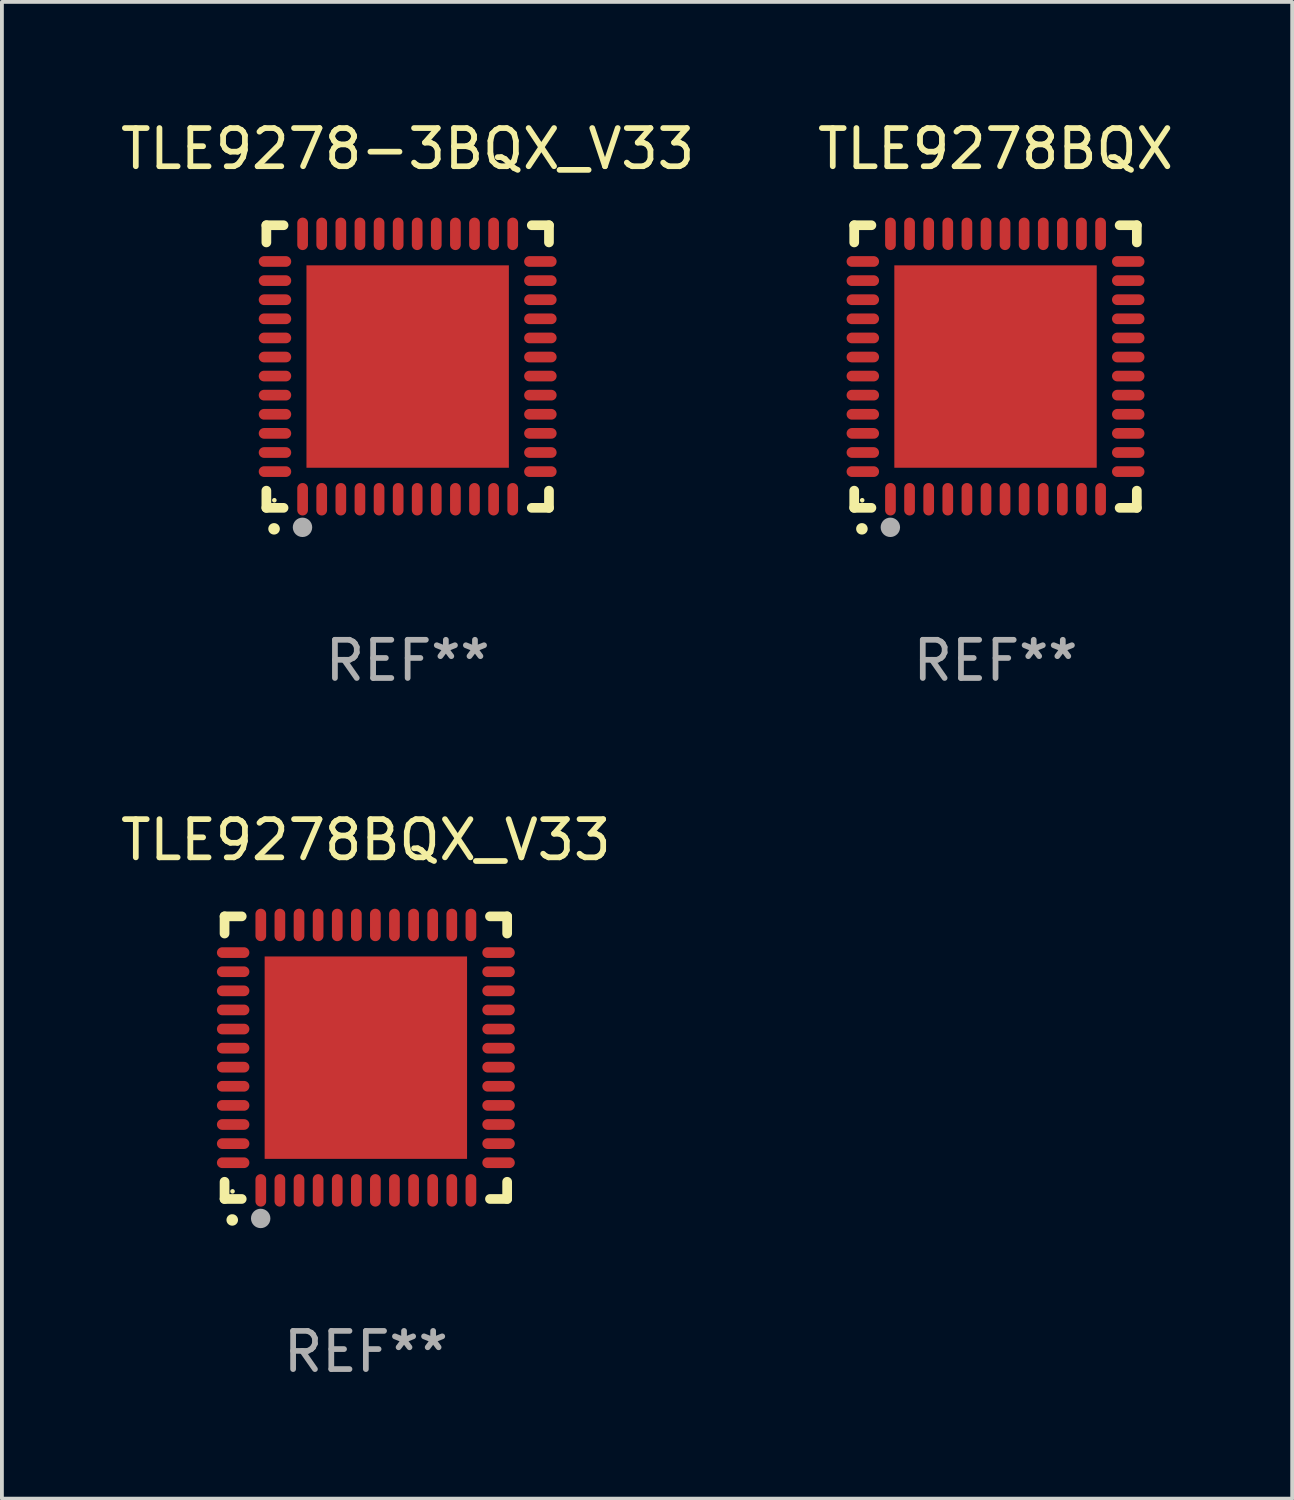
<source format=kicad_pcb>
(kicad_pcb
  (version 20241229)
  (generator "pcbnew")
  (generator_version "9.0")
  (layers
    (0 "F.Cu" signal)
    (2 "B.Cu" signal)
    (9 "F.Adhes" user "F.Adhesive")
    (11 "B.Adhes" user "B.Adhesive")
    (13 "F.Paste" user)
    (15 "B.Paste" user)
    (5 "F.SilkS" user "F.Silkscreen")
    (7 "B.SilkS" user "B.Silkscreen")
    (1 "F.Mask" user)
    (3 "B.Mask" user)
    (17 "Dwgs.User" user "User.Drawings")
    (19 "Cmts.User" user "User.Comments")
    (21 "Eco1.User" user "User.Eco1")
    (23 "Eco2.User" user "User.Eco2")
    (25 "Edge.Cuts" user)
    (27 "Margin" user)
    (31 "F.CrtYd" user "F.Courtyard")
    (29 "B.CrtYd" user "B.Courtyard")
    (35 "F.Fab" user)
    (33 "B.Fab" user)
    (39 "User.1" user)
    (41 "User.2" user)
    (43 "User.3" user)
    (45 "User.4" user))
  (footprint "TLE9278-3BQX_V33"
    (layer "F.Cu")
    (at 7.625 6.548)
    (property "Reference" "TLE9278-3BQX_V33" (at 0 -5.7 0) (layer "F.SilkS") (effects (font (size 1 1) (thickness 0.15))))
    (attr through_hole)
    (fp_line (start -3.7 -3.7) (end -3.25 -3.7) (stroke (width 0.254) (type solid)) (layer "F.SilkS"))
    (fp_line (start -3.7 -3.25) (end -3.7 -3.7) (stroke (width 0.254) (type solid)) (layer "F.SilkS"))
    (fp_line (start -3.7 3.7) (end -3.7 3.25) (stroke (width 0.254) (type solid)) (layer "F.SilkS"))
    (fp_line (start -3.25 3.7) (end -3.7 3.7) (stroke (width 0.254) (type solid)) (layer "F.SilkS"))
    (fp_line (start 3.25 3.7) (end 3.7 3.7) (stroke (width 0.254) (type solid)) (layer "F.SilkS"))
    (fp_line (start 3.7 -3.7) (end 3.25 -3.7) (stroke (width 0.254) (type solid)) (layer "F.SilkS"))
    (fp_line (start 3.7 -3.25) (end 3.7 -3.7) (stroke (width 0.254) (type solid)) (layer "F.SilkS"))
    (fp_line (start 3.7 3.7) (end 3.7 3.25) (stroke (width 0.254) (type solid)) (layer "F.SilkS"))
    (fp_arc (start -3.500127 4.249428) (mid -3.498857 4.249423) (end -3.497587 4.249428) (stroke (width 0.3) (type solid)) (layer "F.SilkS"))
    (fp_circle (center -3.491 3.501) (end -3.461 3.501) (stroke (width 0.06) (type solid)) (fill no) (layer "F.SilkS"))
    (fp_circle (center -2.754 4.21) (end -2.627 4.21) (stroke (width 0.254) (type solid)) (fill no) (layer "F.Fab"))
    (fp_text user "REF**" (at 0 7.7 0) (layer "F.Fab") (effects (font (size 1 1) (thickness 0.15))))
    (pad "1" smd oval (at -2.751 3.475) (size 0.28 0.85) (layers "F.Cu" "F.Mask" "F.Paste"))
    (pad "2" smd oval (at -2.251 3.475) (size 0.28 0.85) (layers "F.Cu" "F.Mask" "F.Paste"))
    (pad "3" smd oval (at -1.75 3.475) (size 0.28 0.85) (layers "F.Cu" "F.Mask" "F.Paste"))
    (pad "4" smd oval (at -1.25 3.475) (size 0.28 0.85) (layers "F.Cu" "F.Mask" "F.Paste"))
    (pad "5" smd oval (at -0.749 3.475) (size 0.28 0.85) (layers "F.Cu" "F.Mask" "F.Paste"))
    (pad "6" smd oval (at -0.249 3.475) (size 0.28 0.85) (layers "F.Cu" "F.Mask" "F.Paste"))
    (pad "7" smd oval (at 0.249 3.475) (size 0.28 0.85) (layers "F.Cu" "F.Mask" "F.Paste"))
    (pad "8" smd oval (at 0.749 3.475) (size 0.28 0.85) (layers "F.Cu" "F.Mask" "F.Paste"))
    (pad "9" smd oval (at 1.25 3.475) (size 0.28 0.85) (layers "F.Cu" "F.Mask" "F.Paste"))
    (pad "10" smd oval (at 1.75 3.475) (size 0.28 0.85) (layers "F.Cu" "F.Mask" "F.Paste"))
    (pad "11" smd oval (at 2.25 3.475) (size 0.28 0.85) (layers "F.Cu" "F.Mask" "F.Paste"))
    (pad "12" smd oval (at 2.751 3.475) (size 0.28 0.85) (layers "F.Cu" "F.Mask" "F.Paste"))
    (pad "13" smd oval (at 3.475 2.751) (size 0.85 0.28) (layers "F.Cu" "F.Mask" "F.Paste"))
    (pad "14" smd oval (at 3.475 2.251) (size 0.85 0.28) (layers "F.Cu" "F.Mask" "F.Paste"))
    (pad "15" smd oval (at 3.475 1.75) (size 0.85 0.28) (layers "F.Cu" "F.Mask" "F.Paste"))
    (pad "16" smd oval (at 3.475 1.25) (size 0.85 0.28) (layers "F.Cu" "F.Mask" "F.Paste"))
    (pad "17" smd oval (at 3.475 0.749) (size 0.85 0.28) (layers "F.Cu" "F.Mask" "F.Paste"))
    (pad "18" smd oval (at 3.475 0.249) (size 0.85 0.28) (layers "F.Cu" "F.Mask" "F.Paste"))
    (pad "19" smd oval (at 3.475 -0.249) (size 0.85 0.28) (layers "F.Cu" "F.Mask" "F.Paste"))
    (pad "20" smd oval (at 3.475 -0.749) (size 0.85 0.28) (layers "F.Cu" "F.Mask" "F.Paste"))
    (pad "21" smd oval (at 3.475 -1.25) (size 0.85 0.28) (layers "F.Cu" "F.Mask" "F.Paste"))
    (pad "22" smd oval (at 3.475 -1.75) (size 0.85 0.28) (layers "F.Cu" "F.Mask" "F.Paste"))
    (pad "23" smd oval (at 3.475 -2.25) (size 0.85 0.28) (layers "F.Cu" "F.Mask" "F.Paste"))
    (pad "24" smd oval (at 3.475 -2.751) (size 0.85 0.28) (layers "F.Cu" "F.Mask" "F.Paste"))
    (pad "25" smd oval (at 2.751 -3.475) (size 0.28 0.85) (layers "F.Cu" "F.Mask" "F.Paste"))
    (pad "26" smd oval (at 2.25 -3.475) (size 0.28 0.85) (layers "F.Cu" "F.Mask" "F.Paste"))
    (pad "27" smd oval (at 1.75 -3.475) (size 0.28 0.85) (layers "F.Cu" "F.Mask" "F.Paste"))
    (pad "28" smd oval (at 1.25 -3.475) (size 0.28 0.85) (layers "F.Cu" "F.Mask" "F.Paste"))
    (pad "29" smd oval (at 0.749 -3.475) (size 0.28 0.85) (layers "F.Cu" "F.Mask" "F.Paste"))
    (pad "30" smd oval (at 0.249 -3.475) (size 0.28 0.85) (layers "F.Cu" "F.Mask" "F.Paste"))
    (pad "31" smd oval (at -0.249 -3.475) (size 0.28 0.85) (layers "F.Cu" "F.Mask" "F.Paste"))
    (pad "32" smd oval (at -0.749 -3.475) (size 0.28 0.85) (layers "F.Cu" "F.Mask" "F.Paste"))
    (pad "33" smd oval (at -1.25 -3.475) (size 0.28 0.85) (layers "F.Cu" "F.Mask" "F.Paste"))
    (pad "34" smd oval (at -1.75 -3.475) (size 0.28 0.85) (layers "F.Cu" "F.Mask" "F.Paste"))
    (pad "35" smd oval (at -2.251 -3.475) (size 0.28 0.85) (layers "F.Cu" "F.Mask" "F.Paste"))
    (pad "36" smd oval (at -2.751 -3.475) (size 0.28 0.85) (layers "F.Cu" "F.Mask" "F.Paste"))
    (pad "37" smd oval (at -3.475 -2.751) (size 0.85 0.28) (layers "F.Cu" "F.Mask" "F.Paste"))
    (pad "38" smd oval (at -3.475 -2.25) (size 0.85 0.28) (layers "F.Cu" "F.Mask" "F.Paste"))
    (pad "39" smd oval (at -3.475 -1.75) (size 0.85 0.28) (layers "F.Cu" "F.Mask" "F.Paste"))
    (pad "40" smd oval (at -3.475 -1.25) (size 0.85 0.28) (layers "F.Cu" "F.Mask" "F.Paste"))
    (pad "41" smd oval (at -3.475 -0.749) (size 0.85 0.28) (layers "F.Cu" "F.Mask" "F.Paste"))
    (pad "42" smd oval (at -3.475 -0.249) (size 0.85 0.28) (layers "F.Cu" "F.Mask" "F.Paste"))
    (pad "43" smd oval (at -3.475 0.249) (size 0.85 0.28) (layers "F.Cu" "F.Mask" "F.Paste"))
    (pad "44" smd oval (at -3.475 0.749) (size 0.85 0.28) (layers "F.Cu" "F.Mask" "F.Paste"))
    (pad "45" smd oval (at -3.475 1.25) (size 0.85 0.28) (layers "F.Cu" "F.Mask" "F.Paste"))
    (pad "46" smd oval (at -3.475 1.75) (size 0.85 0.28) (layers "F.Cu" "F.Mask" "F.Paste"))
    (pad "47" smd oval (at -3.475 2.251) (size 0.85 0.28) (layers "F.Cu" "F.Mask" "F.Paste"))
    (pad "48" smd oval (at -3.475 2.751) (size 0.85 0.28) (layers "F.Cu" "F.Mask" "F.Paste"))
    (pad "49" smd rect (at -0.000102 0.000102) (size 5.3 5.3) (layers "F.Cu" "F.Mask" "F.Paste")))
  (footprint "TLE9278BQX"
    (layer "F.Cu")
    (at 23.018 6.548)
    (property "Reference" "TLE9278BQX" (at 0 -5.7 0) (layer "F.SilkS") (effects (font (size 1 1) (thickness 0.15))))
    (attr through_hole)
    (fp_line (start -3.7 -3.7) (end -3.25 -3.7) (stroke (width 0.254) (type solid)) (layer "F.SilkS"))
    (fp_line (start -3.7 -3.25) (end -3.7 -3.7) (stroke (width 0.254) (type solid)) (layer "F.SilkS"))
    (fp_line (start -3.7 3.7) (end -3.7 3.25) (stroke (width 0.254) (type solid)) (layer "F.SilkS"))
    (fp_line (start -3.25 3.7) (end -3.7 3.7) (stroke (width 0.254) (type solid)) (layer "F.SilkS"))
    (fp_line (start 3.25 3.7) (end 3.7 3.7) (stroke (width 0.254) (type solid)) (layer "F.SilkS"))
    (fp_line (start 3.7 -3.7) (end 3.25 -3.7) (stroke (width 0.254) (type solid)) (layer "F.SilkS"))
    (fp_line (start 3.7 -3.25) (end 3.7 -3.7) (stroke (width 0.254) (type solid)) (layer "F.SilkS"))
    (fp_line (start 3.7 3.7) (end 3.7 3.25) (stroke (width 0.254) (type solid)) (layer "F.SilkS"))
    (fp_arc (start -3.500127 4.249428) (mid -3.498857 4.249423) (end -3.497587 4.249428) (stroke (width 0.3) (type solid)) (layer "F.SilkS"))
    (fp_circle (center -3.491 3.501) (end -3.461 3.501) (stroke (width 0.06) (type solid)) (fill no) (layer "F.SilkS"))
    (fp_circle (center -2.754 4.21) (end -2.627 4.21) (stroke (width 0.254) (type solid)) (fill no) (layer "F.Fab"))
    (fp_text user "REF**" (at 0 7.7 0) (layer "F.Fab") (effects (font (size 1 1) (thickness 0.15))))
    (pad "1" smd oval (at -2.751 3.475) (size 0.28 0.85) (layers "F.Cu" "F.Mask" "F.Paste"))
    (pad "2" smd oval (at -2.251 3.475) (size 0.28 0.85) (layers "F.Cu" "F.Mask" "F.Paste"))
    (pad "3" smd oval (at -1.75 3.475) (size 0.28 0.85) (layers "F.Cu" "F.Mask" "F.Paste"))
    (pad "4" smd oval (at -1.25 3.475) (size 0.28 0.85) (layers "F.Cu" "F.Mask" "F.Paste"))
    (pad "5" smd oval (at -0.749 3.475) (size 0.28 0.85) (layers "F.Cu" "F.Mask" "F.Paste"))
    (pad "6" smd oval (at -0.249 3.475) (size 0.28 0.85) (layers "F.Cu" "F.Mask" "F.Paste"))
    (pad "7" smd oval (at 0.249 3.475) (size 0.28 0.85) (layers "F.Cu" "F.Mask" "F.Paste"))
    (pad "8" smd oval (at 0.749 3.475) (size 0.28 0.85) (layers "F.Cu" "F.Mask" "F.Paste"))
    (pad "9" smd oval (at 1.25 3.475) (size 0.28 0.85) (layers "F.Cu" "F.Mask" "F.Paste"))
    (pad "10" smd oval (at 1.75 3.475) (size 0.28 0.85) (layers "F.Cu" "F.Mask" "F.Paste"))
    (pad "11" smd oval (at 2.25 3.475) (size 0.28 0.85) (layers "F.Cu" "F.Mask" "F.Paste"))
    (pad "12" smd oval (at 2.751 3.475) (size 0.28 0.85) (layers "F.Cu" "F.Mask" "F.Paste"))
    (pad "13" smd oval (at 3.475 2.751) (size 0.85 0.28) (layers "F.Cu" "F.Mask" "F.Paste"))
    (pad "14" smd oval (at 3.475 2.251) (size 0.85 0.28) (layers "F.Cu" "F.Mask" "F.Paste"))
    (pad "15" smd oval (at 3.475 1.75) (size 0.85 0.28) (layers "F.Cu" "F.Mask" "F.Paste"))
    (pad "16" smd oval (at 3.475 1.25) (size 0.85 0.28) (layers "F.Cu" "F.Mask" "F.Paste"))
    (pad "17" smd oval (at 3.475 0.749) (size 0.85 0.28) (layers "F.Cu" "F.Mask" "F.Paste"))
    (pad "18" smd oval (at 3.475 0.249) (size 0.85 0.28) (layers "F.Cu" "F.Mask" "F.Paste"))
    (pad "19" smd oval (at 3.475 -0.249) (size 0.85 0.28) (layers "F.Cu" "F.Mask" "F.Paste"))
    (pad "20" smd oval (at 3.475 -0.749) (size 0.85 0.28) (layers "F.Cu" "F.Mask" "F.Paste"))
    (pad "21" smd oval (at 3.475 -1.25) (size 0.85 0.28) (layers "F.Cu" "F.Mask" "F.Paste"))
    (pad "22" smd oval (at 3.475 -1.75) (size 0.85 0.28) (layers "F.Cu" "F.Mask" "F.Paste"))
    (pad "23" smd oval (at 3.475 -2.25) (size 0.85 0.28) (layers "F.Cu" "F.Mask" "F.Paste"))
    (pad "24" smd oval (at 3.475 -2.751) (size 0.85 0.28) (layers "F.Cu" "F.Mask" "F.Paste"))
    (pad "25" smd oval (at 2.751 -3.475) (size 0.28 0.85) (layers "F.Cu" "F.Mask" "F.Paste"))
    (pad "26" smd oval (at 2.25 -3.475) (size 0.28 0.85) (layers "F.Cu" "F.Mask" "F.Paste"))
    (pad "27" smd oval (at 1.75 -3.475) (size 0.28 0.85) (layers "F.Cu" "F.Mask" "F.Paste"))
    (pad "28" smd oval (at 1.25 -3.475) (size 0.28 0.85) (layers "F.Cu" "F.Mask" "F.Paste"))
    (pad "29" smd oval (at 0.749 -3.475) (size 0.28 0.85) (layers "F.Cu" "F.Mask" "F.Paste"))
    (pad "30" smd oval (at 0.249 -3.475) (size 0.28 0.85) (layers "F.Cu" "F.Mask" "F.Paste"))
    (pad "31" smd oval (at -0.249 -3.475) (size 0.28 0.85) (layers "F.Cu" "F.Mask" "F.Paste"))
    (pad "32" smd oval (at -0.749 -3.475) (size 0.28 0.85) (layers "F.Cu" "F.Mask" "F.Paste"))
    (pad "33" smd oval (at -1.25 -3.475) (size 0.28 0.85) (layers "F.Cu" "F.Mask" "F.Paste"))
    (pad "34" smd oval (at -1.75 -3.475) (size 0.28 0.85) (layers "F.Cu" "F.Mask" "F.Paste"))
    (pad "35" smd oval (at -2.251 -3.475) (size 0.28 0.85) (layers "F.Cu" "F.Mask" "F.Paste"))
    (pad "36" smd oval (at -2.751 -3.475) (size 0.28 0.85) (layers "F.Cu" "F.Mask" "F.Paste"))
    (pad "37" smd oval (at -3.475 -2.751) (size 0.85 0.28) (layers "F.Cu" "F.Mask" "F.Paste"))
    (pad "38" smd oval (at -3.475 -2.25) (size 0.85 0.28) (layers "F.Cu" "F.Mask" "F.Paste"))
    (pad "39" smd oval (at -3.475 -1.75) (size 0.85 0.28) (layers "F.Cu" "F.Mask" "F.Paste"))
    (pad "40" smd oval (at -3.475 -1.25) (size 0.85 0.28) (layers "F.Cu" "F.Mask" "F.Paste"))
    (pad "41" smd oval (at -3.475 -0.749) (size 0.85 0.28) (layers "F.Cu" "F.Mask" "F.Paste"))
    (pad "42" smd oval (at -3.475 -0.249) (size 0.85 0.28) (layers "F.Cu" "F.Mask" "F.Paste"))
    (pad "43" smd oval (at -3.475 0.249) (size 0.85 0.28) (layers "F.Cu" "F.Mask" "F.Paste"))
    (pad "44" smd oval (at -3.475 0.749) (size 0.85 0.28) (layers "F.Cu" "F.Mask" "F.Paste"))
    (pad "45" smd oval (at -3.475 1.25) (size 0.85 0.28) (layers "F.Cu" "F.Mask" "F.Paste"))
    (pad "46" smd oval (at -3.475 1.75) (size 0.85 0.28) (layers "F.Cu" "F.Mask" "F.Paste"))
    (pad "47" smd oval (at -3.475 2.251) (size 0.85 0.28) (layers "F.Cu" "F.Mask" "F.Paste"))
    (pad "48" smd oval (at -3.475 2.751) (size 0.85 0.28) (layers "F.Cu" "F.Mask" "F.Paste"))
    (pad "49" smd rect (at -0.000102 0.000102) (size 5.3 5.3) (layers "F.Cu" "F.Mask" "F.Paste")))
  (footprint "TLE9278BQX_V33"
    (layer "F.Cu")
    (at 6.53 24.645)
    (property "Reference" "TLE9278BQX_V33" (at 0 -5.7 0) (layer "F.SilkS") (effects (font (size 1 1) (thickness 0.15))))
    (attr through_hole)
    (fp_line (start -3.7 -3.7) (end -3.25 -3.7) (stroke (width 0.254) (type solid)) (layer "F.SilkS"))
    (fp_line (start -3.7 -3.25) (end -3.7 -3.7) (stroke (width 0.254) (type solid)) (layer "F.SilkS"))
    (fp_line (start -3.7 3.7) (end -3.7 3.25) (stroke (width 0.254) (type solid)) (layer "F.SilkS"))
    (fp_line (start -3.25 3.7) (end -3.7 3.7) (stroke (width 0.254) (type solid)) (layer "F.SilkS"))
    (fp_line (start 3.25 3.7) (end 3.7 3.7) (stroke (width 0.254) (type solid)) (layer "F.SilkS"))
    (fp_line (start 3.7 -3.7) (end 3.25 -3.7) (stroke (width 0.254) (type solid)) (layer "F.SilkS"))
    (fp_line (start 3.7 -3.25) (end 3.7 -3.7) (stroke (width 0.254) (type solid)) (layer "F.SilkS"))
    (fp_line (start 3.7 3.7) (end 3.7 3.25) (stroke (width 0.254) (type solid)) (layer "F.SilkS"))
    (fp_arc (start -3.500127 4.249428) (mid -3.498857 4.249423) (end -3.497587 4.249428) (stroke (width 0.3) (type solid)) (layer "F.SilkS"))
    (fp_circle (center -3.491 3.501) (end -3.461 3.501) (stroke (width 0.06) (type solid)) (fill no) (layer "F.SilkS"))
    (fp_circle (center -2.754 4.21) (end -2.627 4.21) (stroke (width 0.254) (type solid)) (fill no) (layer "F.Fab"))
    (fp_text user "REF**" (at 0 7.7 0) (layer "F.Fab") (effects (font (size 1 1) (thickness 0.15))))
    (pad "1" smd oval (at -2.751 3.475) (size 0.28 0.85) (layers "F.Cu" "F.Mask" "F.Paste"))
    (pad "2" smd oval (at -2.251 3.475) (size 0.28 0.85) (layers "F.Cu" "F.Mask" "F.Paste"))
    (pad "3" smd oval (at -1.75 3.475) (size 0.28 0.85) (layers "F.Cu" "F.Mask" "F.Paste"))
    (pad "4" smd oval (at -1.25 3.475) (size 0.28 0.85) (layers "F.Cu" "F.Mask" "F.Paste"))
    (pad "5" smd oval (at -0.749 3.475) (size 0.28 0.85) (layers "F.Cu" "F.Mask" "F.Paste"))
    (pad "6" smd oval (at -0.249 3.475) (size 0.28 0.85) (layers "F.Cu" "F.Mask" "F.Paste"))
    (pad "7" smd oval (at 0.249 3.475) (size 0.28 0.85) (layers "F.Cu" "F.Mask" "F.Paste"))
    (pad "8" smd oval (at 0.749 3.475) (size 0.28 0.85) (layers "F.Cu" "F.Mask" "F.Paste"))
    (pad "9" smd oval (at 1.25 3.475) (size 0.28 0.85) (layers "F.Cu" "F.Mask" "F.Paste"))
    (pad "10" smd oval (at 1.75 3.475) (size 0.28 0.85) (layers "F.Cu" "F.Mask" "F.Paste"))
    (pad "11" smd oval (at 2.25 3.475) (size 0.28 0.85) (layers "F.Cu" "F.Mask" "F.Paste"))
    (pad "12" smd oval (at 2.751 3.475) (size 0.28 0.85) (layers "F.Cu" "F.Mask" "F.Paste"))
    (pad "13" smd oval (at 3.475 2.751) (size 0.85 0.28) (layers "F.Cu" "F.Mask" "F.Paste"))
    (pad "14" smd oval (at 3.475 2.251) (size 0.85 0.28) (layers "F.Cu" "F.Mask" "F.Paste"))
    (pad "15" smd oval (at 3.475 1.75) (size 0.85 0.28) (layers "F.Cu" "F.Mask" "F.Paste"))
    (pad "16" smd oval (at 3.475 1.25) (size 0.85 0.28) (layers "F.Cu" "F.Mask" "F.Paste"))
    (pad "17" smd oval (at 3.475 0.749) (size 0.85 0.28) (layers "F.Cu" "F.Mask" "F.Paste"))
    (pad "18" smd oval (at 3.475 0.249) (size 0.85 0.28) (layers "F.Cu" "F.Mask" "F.Paste"))
    (pad "19" smd oval (at 3.475 -0.249) (size 0.85 0.28) (layers "F.Cu" "F.Mask" "F.Paste"))
    (pad "20" smd oval (at 3.475 -0.749) (size 0.85 0.28) (layers "F.Cu" "F.Mask" "F.Paste"))
    (pad "21" smd oval (at 3.475 -1.25) (size 0.85 0.28) (layers "F.Cu" "F.Mask" "F.Paste"))
    (pad "22" smd oval (at 3.475 -1.75) (size 0.85 0.28) (layers "F.Cu" "F.Mask" "F.Paste"))
    (pad "23" smd oval (at 3.475 -2.25) (size 0.85 0.28) (layers "F.Cu" "F.Mask" "F.Paste"))
    (pad "24" smd oval (at 3.475 -2.751) (size 0.85 0.28) (layers "F.Cu" "F.Mask" "F.Paste"))
    (pad "25" smd oval (at 2.751 -3.475) (size 0.28 0.85) (layers "F.Cu" "F.Mask" "F.Paste"))
    (pad "26" smd oval (at 2.25 -3.475) (size 0.28 0.85) (layers "F.Cu" "F.Mask" "F.Paste"))
    (pad "27" smd oval (at 1.75 -3.475) (size 0.28 0.85) (layers "F.Cu" "F.Mask" "F.Paste"))
    (pad "28" smd oval (at 1.25 -3.475) (size 0.28 0.85) (layers "F.Cu" "F.Mask" "F.Paste"))
    (pad "29" smd oval (at 0.749 -3.475) (size 0.28 0.85) (layers "F.Cu" "F.Mask" "F.Paste"))
    (pad "30" smd oval (at 0.249 -3.475) (size 0.28 0.85) (layers "F.Cu" "F.Mask" "F.Paste"))
    (pad "31" smd oval (at -0.249 -3.475) (size 0.28 0.85) (layers "F.Cu" "F.Mask" "F.Paste"))
    (pad "32" smd oval (at -0.749 -3.475) (size 0.28 0.85) (layers "F.Cu" "F.Mask" "F.Paste"))
    (pad "33" smd oval (at -1.25 -3.475) (size 0.28 0.85) (layers "F.Cu" "F.Mask" "F.Paste"))
    (pad "34" smd oval (at -1.75 -3.475) (size 0.28 0.85) (layers "F.Cu" "F.Mask" "F.Paste"))
    (pad "35" smd oval (at -2.251 -3.475) (size 0.28 0.85) (layers "F.Cu" "F.Mask" "F.Paste"))
    (pad "36" smd oval (at -2.751 -3.475) (size 0.28 0.85) (layers "F.Cu" "F.Mask" "F.Paste"))
    (pad "37" smd oval (at -3.475 -2.751) (size 0.85 0.28) (layers "F.Cu" "F.Mask" "F.Paste"))
    (pad "38" smd oval (at -3.475 -2.25) (size 0.85 0.28) (layers "F.Cu" "F.Mask" "F.Paste"))
    (pad "39" smd oval (at -3.475 -1.75) (size 0.85 0.28) (layers "F.Cu" "F.Mask" "F.Paste"))
    (pad "40" smd oval (at -3.475 -1.25) (size 0.85 0.28) (layers "F.Cu" "F.Mask" "F.Paste"))
    (pad "41" smd oval (at -3.475 -0.749) (size 0.85 0.28) (layers "F.Cu" "F.Mask" "F.Paste"))
    (pad "42" smd oval (at -3.475 -0.249) (size 0.85 0.28) (layers "F.Cu" "F.Mask" "F.Paste"))
    (pad "43" smd oval (at -3.475 0.249) (size 0.85 0.28) (layers "F.Cu" "F.Mask" "F.Paste"))
    (pad "44" smd oval (at -3.475 0.749) (size 0.85 0.28) (layers "F.Cu" "F.Mask" "F.Paste"))
    (pad "45" smd oval (at -3.475 1.25) (size 0.85 0.28) (layers "F.Cu" "F.Mask" "F.Paste"))
    (pad "46" smd oval (at -3.475 1.75) (size 0.85 0.28) (layers "F.Cu" "F.Mask" "F.Paste"))
    (pad "47" smd oval (at -3.475 2.251) (size 0.85 0.28) (layers "F.Cu" "F.Mask" "F.Paste"))
    (pad "48" smd oval (at -3.475 2.751) (size 0.85 0.28) (layers "F.Cu" "F.Mask" "F.Paste"))
    (pad "49" smd rect (at -0.000102 0.000102) (size 5.3 5.3) (layers "F.Cu" "F.Mask" "F.Paste")))
  (gr_rect
    (start -3 -3)
    (end 30.786 36.193)
    (stroke (width 0.1) (type default))
    (fill no)
    (layer "Edge.Cuts")))
</source>
